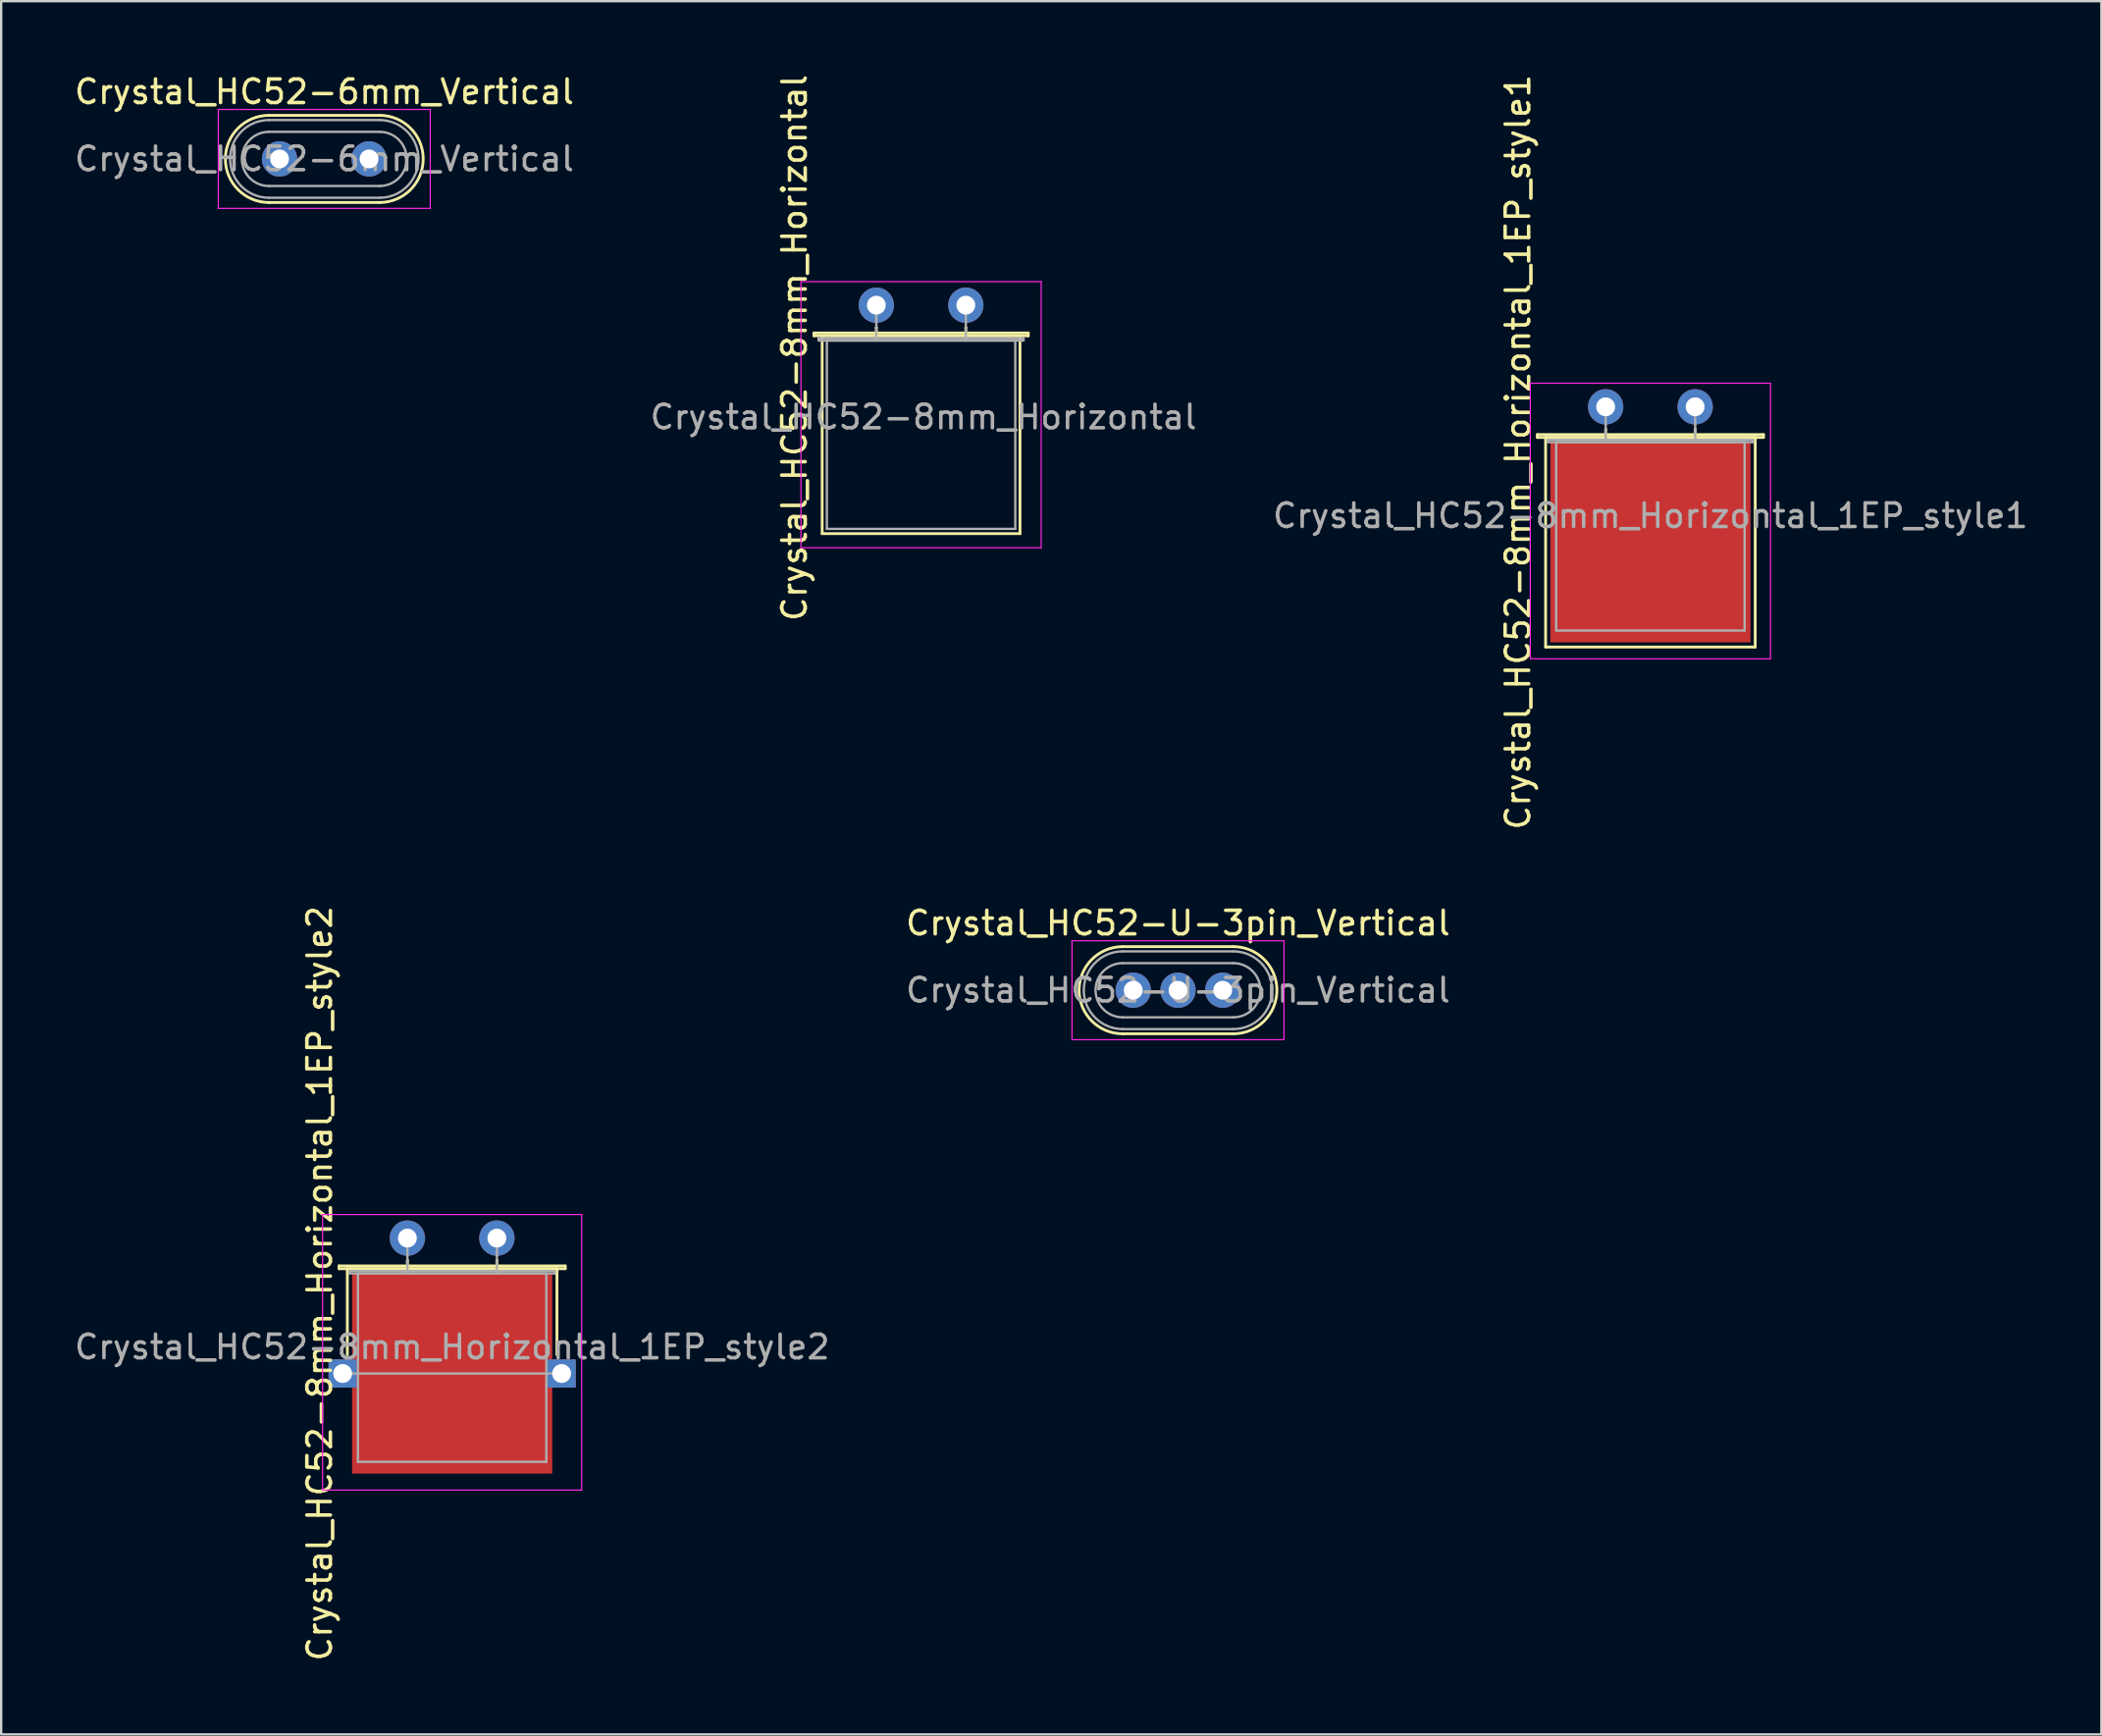
<source format=kicad_pcb>
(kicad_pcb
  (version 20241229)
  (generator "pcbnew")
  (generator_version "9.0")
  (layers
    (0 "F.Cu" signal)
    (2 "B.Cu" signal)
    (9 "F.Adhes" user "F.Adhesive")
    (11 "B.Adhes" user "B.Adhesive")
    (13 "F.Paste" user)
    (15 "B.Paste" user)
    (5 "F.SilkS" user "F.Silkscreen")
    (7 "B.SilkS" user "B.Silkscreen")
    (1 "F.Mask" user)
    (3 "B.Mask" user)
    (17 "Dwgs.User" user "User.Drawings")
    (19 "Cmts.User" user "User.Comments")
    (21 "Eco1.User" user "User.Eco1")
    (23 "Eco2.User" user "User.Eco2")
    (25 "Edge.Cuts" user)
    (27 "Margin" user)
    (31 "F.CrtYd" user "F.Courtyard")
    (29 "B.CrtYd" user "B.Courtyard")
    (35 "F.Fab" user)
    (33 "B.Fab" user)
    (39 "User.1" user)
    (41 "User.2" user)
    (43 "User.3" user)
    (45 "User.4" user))
  (footprint "Crystal_HC52-8mm_Horizontal_1EP_style2"
    (layer "F.Cu")
    (at 14.249 49.521)
    (property "Reference" "Crystal_HC52-8mm_Horizontal_1EP_style2" (at -3.725 1.925 90) (layer "F.SilkS") (effects (font (size 1 1) (thickness 0.15))))
    (attr through_hole)
    (fp_line (start -2.9 1.18) (end 6.7 1.18) (stroke (width 0.12) (type solid)) (layer "F.SilkS"))
    (fp_line (start -2.9 1.3) (end -2.9 1.18) (stroke (width 0.12) (type solid)) (layer "F.SilkS"))
    (fp_line (start -2.55 1.3) (end 6.35 1.3) (stroke (width 0.12) (type solid)) (layer "F.SilkS"))
    (fp_line (start -2.55 4.95) (end -2.55 1.3) (stroke (width 0.12) (type solid)) (layer "F.SilkS"))
    (fp_line (start 0 0.95) (end 0 0.95) (stroke (width 0.12) (type solid)) (layer "F.SilkS"))
    (fp_line (start 0 1.3) (end 0 0.95) (stroke (width 0.12) (type solid)) (layer "F.SilkS"))
    (fp_line (start 3.8 0.95) (end 3.8 0.95) (stroke (width 0.12) (type solid)) (layer "F.SilkS"))
    (fp_line (start 3.8 1.3) (end 3.8 0.95) (stroke (width 0.12) (type solid)) (layer "F.SilkS"))
    (fp_line (start 6.35 1.3) (end 6.35 4.95) (stroke (width 0.12) (type solid)) (layer "F.SilkS"))
    (fp_line (start 6.7 1.18) (end 6.7 1.3) (stroke (width 0.12) (type solid)) (layer "F.SilkS"))
    (fp_line (start 6.7 1.3) (end -2.9 1.3) (stroke (width 0.12) (type solid)) (layer "F.SilkS"))
    (fp_line (start -3.6 -1) (end -3.6 10.7) (stroke (width 0.05) (type solid)) (layer "F.CrtYd"))
    (fp_line (start -3.6 10.7) (end 7.4 10.7) (stroke (width 0.05) (type solid)) (layer "F.CrtYd"))
    (fp_line (start 7.4 -1) (end -3.6 -1) (stroke (width 0.05) (type solid)) (layer "F.CrtYd"))
    (fp_line (start 7.4 10.7) (end 7.4 -1) (stroke (width 0.05) (type solid)) (layer "F.CrtYd"))
    (fp_line (start -2.75 5.75) (end 6.55 5.75) (stroke (width 0.1) (type solid)) (layer "F.Fab"))
    (fp_line (start -2.45 1.4) (end 6.25 1.4) (stroke (width 0.1) (type solid)) (layer "F.Fab"))
    (fp_line (start -2.45 1.5) (end -2.45 1.4) (stroke (width 0.1) (type solid)) (layer "F.Fab"))
    (fp_line (start -2.1 1.5) (end -2.1 9.5) (stroke (width 0.1) (type solid)) (layer "F.Fab"))
    (fp_line (start -2.1 9.5) (end 5.9 9.5) (stroke (width 0.1) (type solid)) (layer "F.Fab"))
    (fp_line (start 0 0.75) (end 0 0) (stroke (width 0.1) (type solid)) (layer "F.Fab"))
    (fp_line (start 0 1.5) (end 0 0.75) (stroke (width 0.1) (type solid)) (layer "F.Fab"))
    (fp_line (start 3.8 0.75) (end 3.8 0) (stroke (width 0.1) (type solid)) (layer "F.Fab"))
    (fp_line (start 3.8 1.5) (end 3.8 0.75) (stroke (width 0.1) (type solid)) (layer "F.Fab"))
    (fp_line (start 5.9 1.5) (end -2.1 1.5) (stroke (width 0.1) (type solid)) (layer "F.Fab"))
    (fp_line (start 5.9 9.5) (end 5.9 1.5) (stroke (width 0.1) (type solid)) (layer "F.Fab"))
    (fp_line (start 6.25 1.4) (end 6.25 1.5) (stroke (width 0.1) (type solid)) (layer "F.Fab"))
    (fp_line (start 6.25 1.5) (end -2.45 1.5) (stroke (width 0.1) (type solid)) (layer "F.Fab"))
    (fp_text user "${REFERENCE}" (at 1.9 4.625 0) (layer "F.Fab") (effects (font (size 1 1) (thickness 0.15))))
    (pad "1" thru_hole circle (at 0 0) (size 1.5 1.5) (drill 0.8) (layers "*.Cu" "*.Mask"))
    (pad "2" thru_hole circle (at 3.8 0) (size 1.5 1.5) (drill 0.8) (layers "*.Cu" "*.Mask"))
    (pad "3" thru_hole rect (at -2.75 5.75) (size 1.2 1.2) (drill 0.8) (layers "*.Cu" "*.Mask"))
    (pad "3" smd rect (at 1.9 5.75) (size 8.5 8.5) (layers "F.Cu" "F.Mask" "F.Paste"))
    (pad "3" thru_hole rect (at 6.55 5.75) (size 1.2 1.2) (drill 0.8) (layers "*.Cu" "*.Mask")))
  (footprint "Crystal_HC52-U-3pin_Vertical"
    (layer "F.Cu")
    (at 45.07 38.996)
    (property "Reference" "Crystal_HC52-U-3pin_Vertical" (at 1.9 -2.85 0) (layer "F.SilkS") (effects (font (size 1 1) (thickness 0.15))))
    (attr through_hole)
    (fp_line (start -0.45 -1.85) (end 4.25 -1.85) (stroke (width 0.12) (type solid)) (layer "F.SilkS"))
    (fp_line (start -0.45 1.85) (end 4.25 1.85) (stroke (width 0.12) (type solid)) (layer "F.SilkS"))
    (fp_arc (start -0.45 1.85) (mid -2.3 0) (end -0.45 -1.85) (stroke (width 0.12) (type solid)) (layer "F.SilkS"))
    (fp_arc (start 4.25 -1.85) (mid 6.1 0) (end 4.25 1.85) (stroke (width 0.12) (type solid)) (layer "F.SilkS"))
    (fp_line (start -2.6 -2.1) (end -2.6 2.1) (stroke (width 0.05) (type solid)) (layer "F.CrtYd"))
    (fp_line (start -2.6 2.1) (end 6.4 2.1) (stroke (width 0.05) (type solid)) (layer "F.CrtYd"))
    (fp_line (start 6.4 -2.1) (end -2.6 -2.1) (stroke (width 0.05) (type solid)) (layer "F.CrtYd"))
    (fp_line (start 6.4 2.1) (end 6.4 -2.1) (stroke (width 0.05) (type solid)) (layer "F.CrtYd"))
    (fp_line (start -0.45 -1.65) (end 4.25 -1.65) (stroke (width 0.1) (type solid)) (layer "F.Fab"))
    (fp_line (start -0.45 -1.15) (end 4.25 -1.15) (stroke (width 0.1) (type solid)) (layer "F.Fab"))
    (fp_line (start -0.45 1.15) (end 4.25 1.15) (stroke (width 0.1) (type solid)) (layer "F.Fab"))
    (fp_line (start -0.45 1.65) (end 4.25 1.65) (stroke (width 0.1) (type solid)) (layer "F.Fab"))
    (fp_arc (start -0.45 1.15) (mid -1.6 0) (end -0.45 -1.15) (stroke (width 0.1) (type solid)) (layer "F.Fab"))
    (fp_arc (start -0.45 1.65) (mid -2.1 0) (end -0.45 -1.65) (stroke (width 0.1) (type solid)) (layer "F.Fab"))
    (fp_arc (start 4.25 -1.65) (mid 5.9 0) (end 4.25 1.65) (stroke (width 0.1) (type solid)) (layer "F.Fab"))
    (fp_arc (start 4.25 -1.15) (mid 5.4 0) (end 4.25 1.15) (stroke (width 0.1) (type solid)) (layer "F.Fab"))
    (fp_text user "${REFERENCE}" (at 1.9 0 0) (layer "F.Fab") (effects (font (size 1 1) (thickness 0.15))))
    (pad "1" thru_hole circle (at 0 0) (size 1.5 1.5) (drill 0.8) (layers "*.Cu" "*.Mask"))
    (pad "2" thru_hole circle (at 1.9 0) (size 1.5 1.5) (drill 0.8) (layers "*.Cu" "*.Mask"))
    (pad "3" thru_hole circle (at 3.8 0) (size 1.5 1.5) (drill 0.8) (layers "*.Cu" "*.Mask")))
  (footprint "Crystal_HC52-8mm_Horizontal"
    (layer "F.Cu")
    (at 34.161 9.908)
    (property "Reference" "Crystal_HC52-8mm_Horizontal" (at -3.475 1.812 90) (layer "F.SilkS") (effects (font (size 1 1) (thickness 0.15))))
    (attr through_hole)
    (fp_line (start -2.65 1.18) (end 6.45 1.18) (stroke (width 0.12) (type solid)) (layer "F.SilkS"))
    (fp_line (start -2.65 1.3) (end -2.65 1.18) (stroke (width 0.12) (type solid)) (layer "F.SilkS"))
    (fp_line (start -2.3 1.3) (end -2.3 9.7) (stroke (width 0.12) (type solid)) (layer "F.SilkS"))
    (fp_line (start -2.3 9.7) (end 6.1 9.7) (stroke (width 0.12) (type solid)) (layer "F.SilkS"))
    (fp_line (start 0 0.95) (end 0 0.95) (stroke (width 0.12) (type solid)) (layer "F.SilkS"))
    (fp_line (start 0 1.3) (end 0 0.95) (stroke (width 0.12) (type solid)) (layer "F.SilkS"))
    (fp_line (start 3.8 0.95) (end 3.8 0.95) (stroke (width 0.12) (type solid)) (layer "F.SilkS"))
    (fp_line (start 3.8 1.3) (end 3.8 0.95) (stroke (width 0.12) (type solid)) (layer "F.SilkS"))
    (fp_line (start 6.1 1.3) (end -2.3 1.3) (stroke (width 0.12) (type solid)) (layer "F.SilkS"))
    (fp_line (start 6.1 9.7) (end 6.1 1.3) (stroke (width 0.12) (type solid)) (layer "F.SilkS"))
    (fp_line (start 6.45 1.18) (end 6.45 1.3) (stroke (width 0.12) (type solid)) (layer "F.SilkS"))
    (fp_line (start 6.45 1.3) (end -2.65 1.3) (stroke (width 0.12) (type solid)) (layer "F.SilkS"))
    (fp_line (start -3.2 -1) (end -3.2 10.3) (stroke (width 0.05) (type solid)) (layer "F.CrtYd"))
    (fp_line (start -3.2 10.3) (end 7 10.3) (stroke (width 0.05) (type solid)) (layer "F.CrtYd"))
    (fp_line (start 7 -1) (end -3.2 -1) (stroke (width 0.05) (type solid)) (layer "F.CrtYd"))
    (fp_line (start 7 10.3) (end 7 -1) (stroke (width 0.05) (type solid)) (layer "F.CrtYd"))
    (fp_line (start -2.45 1.4) (end 6.25 1.4) (stroke (width 0.1) (type solid)) (layer "F.Fab"))
    (fp_line (start -2.45 1.5) (end -2.45 1.4) (stroke (width 0.1) (type solid)) (layer "F.Fab"))
    (fp_line (start -2.1 1.5) (end -2.1 9.5) (stroke (width 0.1) (type solid)) (layer "F.Fab"))
    (fp_line (start -2.1 9.5) (end 5.9 9.5) (stroke (width 0.1) (type solid)) (layer "F.Fab"))
    (fp_line (start 0 0.75) (end 0 0) (stroke (width 0.1) (type solid)) (layer "F.Fab"))
    (fp_line (start 0 1.5) (end 0 0.75) (stroke (width 0.1) (type solid)) (layer "F.Fab"))
    (fp_line (start 3.8 0.75) (end 3.8 0) (stroke (width 0.1) (type solid)) (layer "F.Fab"))
    (fp_line (start 3.8 1.5) (end 3.8 0.75) (stroke (width 0.1) (type solid)) (layer "F.Fab"))
    (fp_line (start 5.9 1.5) (end -2.1 1.5) (stroke (width 0.1) (type solid)) (layer "F.Fab"))
    (fp_line (start 5.9 9.5) (end 5.9 1.5) (stroke (width 0.1) (type solid)) (layer "F.Fab"))
    (fp_line (start 6.25 1.4) (end 6.25 1.5) (stroke (width 0.1) (type solid)) (layer "F.Fab"))
    (fp_line (start 6.25 1.5) (end -2.45 1.5) (stroke (width 0.1) (type solid)) (layer "F.Fab"))
    (fp_text user "${REFERENCE}" (at 2 4.75 0) (layer "F.Fab") (effects (font (size 1 1) (thickness 0.15))))
    (pad "1" thru_hole circle (at 0 0) (size 1.5 1.5) (drill 0.8) (layers "*.Cu" "*.Mask"))
    (pad "2" thru_hole circle (at 3.8 0) (size 1.5 1.5) (drill 0.8) (layers "*.Cu" "*.Mask")))
  (footprint "Crystal_HC52-8mm_Horizontal_1EP_style1"
    (layer "F.Cu")
    (at 65.13 14.224)
    (property "Reference" "Crystal_HC52-8mm_Horizontal_1EP_style1" (at -3.725 1.925 90) (layer "F.SilkS") (effects (font (size 1 1) (thickness 0.15))))
    (attr through_hole)
    (fp_line (start -2.9 1.18) (end 6.7 1.18) (stroke (width 0.12) (type solid)) (layer "F.SilkS"))
    (fp_line (start -2.9 1.3) (end -2.9 1.18) (stroke (width 0.12) (type solid)) (layer "F.SilkS"))
    (fp_line (start -2.55 1.3) (end -2.55 10.2) (stroke (width 0.12) (type solid)) (layer "F.SilkS"))
    (fp_line (start -2.55 10.2) (end 6.35 10.2) (stroke (width 0.12) (type solid)) (layer "F.SilkS"))
    (fp_line (start 0 0.95) (end 0 0.95) (stroke (width 0.12) (type solid)) (layer "F.SilkS"))
    (fp_line (start 0 1.3) (end 0 0.95) (stroke (width 0.12) (type solid)) (layer "F.SilkS"))
    (fp_line (start 3.8 0.95) (end 3.8 0.95) (stroke (width 0.12) (type solid)) (layer "F.SilkS"))
    (fp_line (start 3.8 1.3) (end 3.8 0.95) (stroke (width 0.12) (type solid)) (layer "F.SilkS"))
    (fp_line (start 6.35 1.3) (end -2.55 1.3) (stroke (width 0.12) (type solid)) (layer "F.SilkS"))
    (fp_line (start 6.35 10.2) (end 6.35 1.3) (stroke (width 0.12) (type solid)) (layer "F.SilkS"))
    (fp_line (start 6.7 1.18) (end 6.7 1.3) (stroke (width 0.12) (type solid)) (layer "F.SilkS"))
    (fp_line (start 6.7 1.3) (end -2.9 1.3) (stroke (width 0.12) (type solid)) (layer "F.SilkS"))
    (fp_line (start -3.2 -1) (end -3.2 10.7) (stroke (width 0.05) (type solid)) (layer "F.CrtYd"))
    (fp_line (start -3.2 10.7) (end 7 10.7) (stroke (width 0.05) (type solid)) (layer "F.CrtYd"))
    (fp_line (start 7 -1) (end -3.2 -1) (stroke (width 0.05) (type solid)) (layer "F.CrtYd"))
    (fp_line (start 7 10.7) (end 7 -1) (stroke (width 0.05) (type solid)) (layer "F.CrtYd"))
    (fp_line (start -2.45 1.4) (end 6.25 1.4) (stroke (width 0.1) (type solid)) (layer "F.Fab"))
    (fp_line (start -2.45 1.5) (end -2.45 1.4) (stroke (width 0.1) (type solid)) (layer "F.Fab"))
    (fp_line (start -2.1 1.5) (end -2.1 9.5) (stroke (width 0.1) (type solid)) (layer "F.Fab"))
    (fp_line (start -2.1 9.5) (end 5.9 9.5) (stroke (width 0.1) (type solid)) (layer "F.Fab"))
    (fp_line (start 0 0.75) (end 0 0) (stroke (width 0.1) (type solid)) (layer "F.Fab"))
    (fp_line (start 0 1.5) (end 0 0.75) (stroke (width 0.1) (type solid)) (layer "F.Fab"))
    (fp_line (start 3.8 0.75) (end 3.8 0) (stroke (width 0.1) (type solid)) (layer "F.Fab"))
    (fp_line (start 3.8 1.5) (end 3.8 0.75) (stroke (width 0.1) (type solid)) (layer "F.Fab"))
    (fp_line (start 5.9 1.5) (end -2.1 1.5) (stroke (width 0.1) (type solid)) (layer "F.Fab"))
    (fp_line (start 5.9 9.5) (end 5.9 1.5) (stroke (width 0.1) (type solid)) (layer "F.Fab"))
    (fp_line (start 6.25 1.4) (end 6.25 1.5) (stroke (width 0.1) (type solid)) (layer "F.Fab"))
    (fp_line (start 6.25 1.5) (end -2.45 1.5) (stroke (width 0.1) (type solid)) (layer "F.Fab"))
    (fp_text user "${REFERENCE}" (at 1.9 4.625 0) (layer "F.Fab") (effects (font (size 1 1) (thickness 0.15))))
    (pad "1" thru_hole circle (at 0 0) (size 1.5 1.5) (drill 0.8) (layers "*.Cu" "*.Mask"))
    (pad "2" thru_hole circle (at 3.8 0) (size 1.5 1.5) (drill 0.8) (layers "*.Cu" "*.Mask"))
    (pad "3" smd rect (at 1.9 5.75) (size 8.5 8.5) (layers "F.Cu" "F.Mask" "F.Paste")))
  (footprint "Crystal_HC52-6mm_Vertical"
    (layer "F.Cu")
    (at 8.82 3.698)
    (property "Reference" "Crystal_HC52-6mm_Vertical" (at 1.9 -2.85 0) (layer "F.SilkS") (effects (font (size 1 1) (thickness 0.15))))
    (attr through_hole)
    (fp_line (start -0.45 -1.85) (end 4.25 -1.85) (stroke (width 0.12) (type solid)) (layer "F.SilkS"))
    (fp_line (start -0.45 1.85) (end 4.25 1.85) (stroke (width 0.12) (type solid)) (layer "F.SilkS"))
    (fp_arc (start -0.45 1.85) (mid -2.3 0) (end -0.45 -1.85) (stroke (width 0.12) (type solid)) (layer "F.SilkS"))
    (fp_arc (start 4.25 -1.85) (mid 6.1 0) (end 4.25 1.85) (stroke (width 0.12) (type solid)) (layer "F.SilkS"))
    (fp_line (start -2.6 -2.1) (end -2.6 2.1) (stroke (width 0.05) (type solid)) (layer "F.CrtYd"))
    (fp_line (start -2.6 2.1) (end 6.4 2.1) (stroke (width 0.05) (type solid)) (layer "F.CrtYd"))
    (fp_line (start 6.4 -2.1) (end -2.6 -2.1) (stroke (width 0.05) (type solid)) (layer "F.CrtYd"))
    (fp_line (start 6.4 2.1) (end 6.4 -2.1) (stroke (width 0.05) (type solid)) (layer "F.CrtYd"))
    (fp_line (start -0.45 -1.65) (end 4.25 -1.65) (stroke (width 0.1) (type solid)) (layer "F.Fab"))
    (fp_line (start -0.45 -1.15) (end 4.25 -1.15) (stroke (width 0.1) (type solid)) (layer "F.Fab"))
    (fp_line (start -0.45 1.15) (end 4.25 1.15) (stroke (width 0.1) (type solid)) (layer "F.Fab"))
    (fp_line (start -0.45 1.65) (end 4.25 1.65) (stroke (width 0.1) (type solid)) (layer "F.Fab"))
    (fp_arc (start -0.45 1.15) (mid -1.6 0) (end -0.45 -1.15) (stroke (width 0.1) (type solid)) (layer "F.Fab"))
    (fp_arc (start -0.45 1.65) (mid -2.1 0) (end -0.45 -1.65) (stroke (width 0.1) (type solid)) (layer "F.Fab"))
    (fp_arc (start 4.25 -1.65) (mid 5.9 0) (end 4.25 1.65) (stroke (width 0.1) (type solid)) (layer "F.Fab"))
    (fp_arc (start 4.25 -1.15) (mid 5.4 0) (end 4.25 1.15) (stroke (width 0.1) (type solid)) (layer "F.Fab"))
    (fp_text user "${REFERENCE}" (at 1.9 0 0) (layer "F.Fab") (effects (font (size 1 1) (thickness 0.15))))
    (pad "1" thru_hole circle (at 0 0) (size 1.5 1.5) (drill 0.8) (layers "*.Cu" "*.Mask"))
    (pad "2" thru_hole circle (at 3.8 0) (size 1.5 1.5) (drill 0.8) (layers "*.Cu" "*.Mask")))
  (gr_rect
    (start -3 -3)
    (end 86.179 70.595)
    (stroke (width 0.1) (type default))
    (fill no)
    (layer "Edge.Cuts")))
</source>
